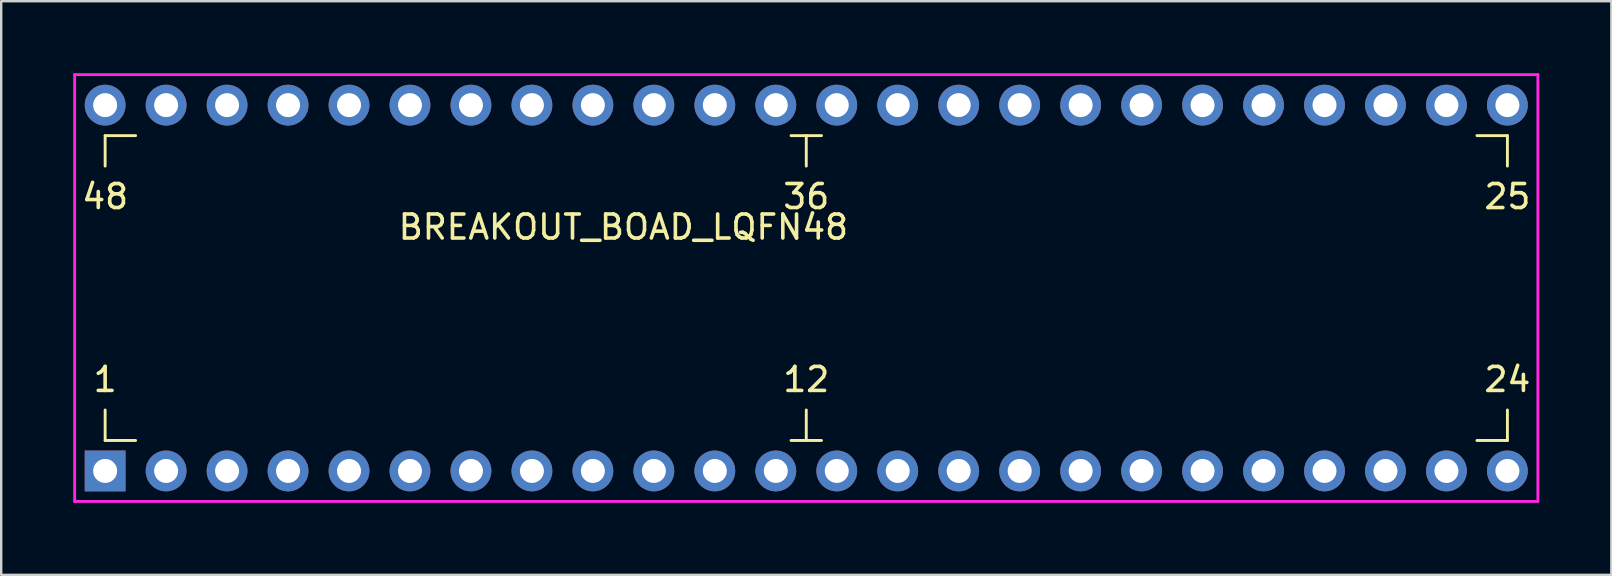
<source format=kicad_pcb>
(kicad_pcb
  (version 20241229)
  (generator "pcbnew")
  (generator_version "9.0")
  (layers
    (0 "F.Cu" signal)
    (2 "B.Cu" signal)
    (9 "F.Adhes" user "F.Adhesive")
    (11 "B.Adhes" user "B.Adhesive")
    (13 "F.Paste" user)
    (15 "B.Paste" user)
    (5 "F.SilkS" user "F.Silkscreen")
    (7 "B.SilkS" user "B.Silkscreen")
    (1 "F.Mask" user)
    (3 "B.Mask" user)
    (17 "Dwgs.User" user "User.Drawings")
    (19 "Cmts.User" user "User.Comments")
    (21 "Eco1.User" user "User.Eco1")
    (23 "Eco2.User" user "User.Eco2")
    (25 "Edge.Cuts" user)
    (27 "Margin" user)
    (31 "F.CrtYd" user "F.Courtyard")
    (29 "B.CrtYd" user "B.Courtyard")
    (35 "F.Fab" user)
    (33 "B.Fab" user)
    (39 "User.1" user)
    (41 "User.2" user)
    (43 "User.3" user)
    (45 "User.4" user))
  (footprint "BREAKOUT_BOAD_LQFN48"
    (layer "F.Cu")
    (at 30.54 8.95)
    (property "Reference" "BREAKOUT_BOAD_LQFN48" (at -7.62 -2.54 0) (layer "F.SilkS") (effects (font (size 1 1) (thickness 0.15))))
    (attr through_hole)
    (fp_line (start -29.21 -6.35) (end -27.94 -6.35) (stroke (width 0.12) (type solid)) (layer "F.SilkS"))
    (fp_line (start -29.21 -5.08) (end -29.21 -6.35) (stroke (width 0.12) (type solid)) (layer "F.SilkS"))
    (fp_line (start -29.21 5.08) (end -29.21 6.35) (stroke (width 0.12) (type solid)) (layer "F.SilkS"))
    (fp_line (start -29.21 6.35) (end -27.94 6.35) (stroke (width 0.12) (type solid)) (layer "F.SilkS"))
    (fp_line (start -0.635 -6.35) (end 0.635 -6.35) (stroke (width 0.12) (type solid)) (layer "F.SilkS"))
    (fp_line (start -0.635 6.35) (end 0.635 6.35) (stroke (width 0.12) (type solid)) (layer "F.SilkS"))
    (fp_line (start 0 -6.35) (end 0 -5.08) (stroke (width 0.12) (type solid)) (layer "F.SilkS"))
    (fp_line (start 0 6.35) (end 0 5.08) (stroke (width 0.12) (type solid)) (layer "F.SilkS"))
    (fp_line (start 27.94 -6.35) (end 29.21 -6.35) (stroke (width 0.12) (type solid)) (layer "F.SilkS"))
    (fp_line (start 29.21 -6.35) (end 29.21 -5.08) (stroke (width 0.12) (type solid)) (layer "F.SilkS"))
    (fp_line (start 29.21 5.08) (end 29.21 6.35) (stroke (width 0.12) (type solid)) (layer "F.SilkS"))
    (fp_line (start 29.21 6.35) (end 27.94 6.35) (stroke (width 0.12) (type solid)) (layer "F.SilkS"))
    (fp_line (start -30.48 -8.89) (end -30.48 8.89) (stroke (width 0.12) (type solid)) (layer "F.CrtYd"))
    (fp_line (start -30.48 8.89) (end 30.48 8.89) (stroke (width 0.12) (type solid)) (layer "F.CrtYd"))
    (fp_line (start 30.48 -8.89) (end -30.48 -8.89) (stroke (width 0.12) (type solid)) (layer "F.CrtYd"))
    (fp_line (start 30.48 8.89) (end 30.48 -8.89) (stroke (width 0.12) (type solid)) (layer "F.CrtYd"))
    (fp_text user "12" (at 0 3.81 0) (layer "F.SilkS") (effects (font (size 1 1) (thickness 0.15))))
    (fp_text user "24" (at 29.21 3.81 0) (layer "F.SilkS") (effects (font (size 1 1) (thickness 0.15))))
    (fp_text user "25" (at 29.21 -3.81 0) (layer "F.SilkS") (effects (font (size 1 1) (thickness 0.15))))
    (fp_text user "36" (at 0 -3.81 0) (layer "F.SilkS") (effects (font (size 1 1) (thickness 0.15))))
    (fp_text user "1" (at -29.21 3.81 0) (layer "F.SilkS") (effects (font (size 1 1) (thickness 0.15))))
    (fp_text user "48" (at -29.21 -3.81 0) (layer "F.SilkS") (effects (font (size 1 1) (thickness 0.15))))
    (pad "1" thru_hole rect (at -29.21 7.62) (size 1.7 1.7) (drill 1) (layers "*.Cu" "*.Mask"))
    (pad "2" thru_hole oval (at -26.67 7.62) (size 1.7 1.7) (drill 1) (layers "*.Cu" "*.Mask"))
    (pad "3" thru_hole oval (at -24.13 7.62) (size 1.7 1.7) (drill 1) (layers "*.Cu" "*.Mask"))
    (pad "4" thru_hole oval (at -21.59 7.62) (size 1.7 1.7) (drill 1) (layers "*.Cu" "*.Mask"))
    (pad "5" thru_hole oval (at -19.05 7.62) (size 1.7 1.7) (drill 1) (layers "*.Cu" "*.Mask"))
    (pad "6" thru_hole oval (at -16.51 7.62) (size 1.7 1.7) (drill 1) (layers "*.Cu" "*.Mask"))
    (pad "7" thru_hole oval (at -13.97 7.62) (size 1.7 1.7) (drill 1) (layers "*.Cu" "*.Mask"))
    (pad "8" thru_hole oval (at -11.43 7.62) (size 1.7 1.7) (drill 1) (layers "*.Cu" "*.Mask"))
    (pad "9" thru_hole oval (at -8.89 7.62) (size 1.7 1.7) (drill 1) (layers "*.Cu" "*.Mask"))
    (pad "10" thru_hole oval (at -6.35 7.62) (size 1.7 1.7) (drill 1) (layers "*.Cu" "*.Mask"))
    (pad "11" thru_hole oval (at -3.81 7.62) (size 1.7 1.7) (drill 1) (layers "*.Cu" "*.Mask"))
    (pad "12" thru_hole oval (at -1.27 7.62) (size 1.7 1.7) (drill 1) (layers "*.Cu" "*.Mask"))
    (pad "13" thru_hole oval (at 1.27 7.62) (size 1.7 1.7) (drill 1) (layers "*.Cu" "*.Mask"))
    (pad "14" thru_hole oval (at 3.81 7.62) (size 1.7 1.7) (drill 1) (layers "*.Cu" "*.Mask"))
    (pad "15" thru_hole oval (at 6.35 7.62) (size 1.7 1.7) (drill 1) (layers "*.Cu" "*.Mask"))
    (pad "16" thru_hole oval (at 8.89 7.62) (size 1.7 1.7) (drill 1) (layers "*.Cu" "*.Mask"))
    (pad "17" thru_hole oval (at 11.43 7.62) (size 1.7 1.7) (drill 1) (layers "*.Cu" "*.Mask"))
    (pad "18" thru_hole oval (at 13.97 7.62) (size 1.7 1.7) (drill 1) (layers "*.Cu" "*.Mask"))
    (pad "19" thru_hole oval (at 16.51 7.62) (size 1.7 1.7) (drill 1) (layers "*.Cu" "*.Mask"))
    (pad "20" thru_hole oval (at 19.05 7.62) (size 1.7 1.7) (drill 1) (layers "*.Cu" "*.Mask"))
    (pad "21" thru_hole oval (at 21.59 7.62) (size 1.7 1.7) (drill 1) (layers "*.Cu" "*.Mask"))
    (pad "22" thru_hole oval (at 24.13 7.62) (size 1.7 1.7) (drill 1) (layers "*.Cu" "*.Mask"))
    (pad "23" thru_hole oval (at 26.67 7.62) (size 1.7 1.7) (drill 1) (layers "*.Cu" "*.Mask"))
    (pad "24" thru_hole oval (at 29.21 7.62) (size 1.7 1.7) (drill 1) (layers "*.Cu" "*.Mask"))
    (pad "25" thru_hole oval (at 29.21 -7.62) (size 1.7 1.7) (drill 1) (layers "*.Cu" "*.Mask"))
    (pad "26" thru_hole oval (at 26.67 -7.62) (size 1.7 1.7) (drill 1) (layers "*.Cu" "*.Mask"))
    (pad "27" thru_hole oval (at 24.13 -7.62) (size 1.7 1.7) (drill 1) (layers "*.Cu" "*.Mask"))
    (pad "28" thru_hole oval (at 21.59 -7.62) (size 1.7 1.7) (drill 1) (layers "*.Cu" "*.Mask"))
    (pad "29" thru_hole oval (at 19.05 -7.62) (size 1.7 1.7) (drill 1) (layers "*.Cu" "*.Mask"))
    (pad "30" thru_hole oval (at 16.51 -7.62) (size 1.7 1.7) (drill 1) (layers "*.Cu" "*.Mask"))
    (pad "31" thru_hole oval (at 13.97 -7.62) (size 1.7 1.7) (drill 1) (layers "*.Cu" "*.Mask"))
    (pad "32" thru_hole oval (at 11.43 -7.62) (size 1.7 1.7) (drill 1) (layers "*.Cu" "*.Mask"))
    (pad "33" thru_hole oval (at 8.89 -7.62) (size 1.7 1.7) (drill 1) (layers "*.Cu" "*.Mask"))
    (pad "34" thru_hole oval (at 6.35 -7.62) (size 1.7 1.7) (drill 1) (layers "*.Cu" "*.Mask"))
    (pad "35" thru_hole oval (at 3.81 -7.62) (size 1.7 1.7) (drill 1) (layers "*.Cu" "*.Mask"))
    (pad "36" thru_hole oval (at 1.27 -7.62) (size 1.7 1.7) (drill 1) (layers "*.Cu" "*.Mask"))
    (pad "37" thru_hole oval (at -1.27 -7.62) (size 1.7 1.7) (drill 1) (layers "*.Cu" "*.Mask"))
    (pad "38" thru_hole oval (at -3.81 -7.62) (size 1.7 1.7) (drill 1) (layers "*.Cu" "*.Mask"))
    (pad "39" thru_hole oval (at -6.35 -7.62) (size 1.7 1.7) (drill 1) (layers "*.Cu" "*.Mask"))
    (pad "40" thru_hole oval (at -8.89 -7.62) (size 1.7 1.7) (drill 1) (layers "*.Cu" "*.Mask"))
    (pad "41" thru_hole oval (at -11.43 -7.62) (size 1.7 1.7) (drill 1) (layers "*.Cu" "*.Mask"))
    (pad "42" thru_hole oval (at -13.97 -7.62) (size 1.7 1.7) (drill 1) (layers "*.Cu" "*.Mask"))
    (pad "43" thru_hole oval (at -16.51 -7.62) (size 1.7 1.7) (drill 1) (layers "*.Cu" "*.Mask"))
    (pad "44" thru_hole oval (at -19.05 -7.62) (size 1.7 1.7) (drill 1) (layers "*.Cu" "*.Mask"))
    (pad "45" thru_hole oval (at -21.59 -7.62) (size 1.7 1.7) (drill 1) (layers "*.Cu" "*.Mask"))
    (pad "46" thru_hole oval (at -24.13 -7.62) (size 1.7 1.7) (drill 1) (layers "*.Cu" "*.Mask"))
    (pad "47" thru_hole oval (at -26.67 -7.62) (size 1.7 1.7) (drill 1) (layers "*.Cu" "*.Mask"))
    (pad "48" thru_hole oval (at -29.21 -7.62) (size 1.7 1.7) (drill 1) (layers "*.Cu" "*.Mask")))
  (gr_rect
    (start -3 -3)
    (end 64.08 20.9)
    (stroke (width 0.1) (type default))
    (fill no)
    (layer "Edge.Cuts")))
</source>
